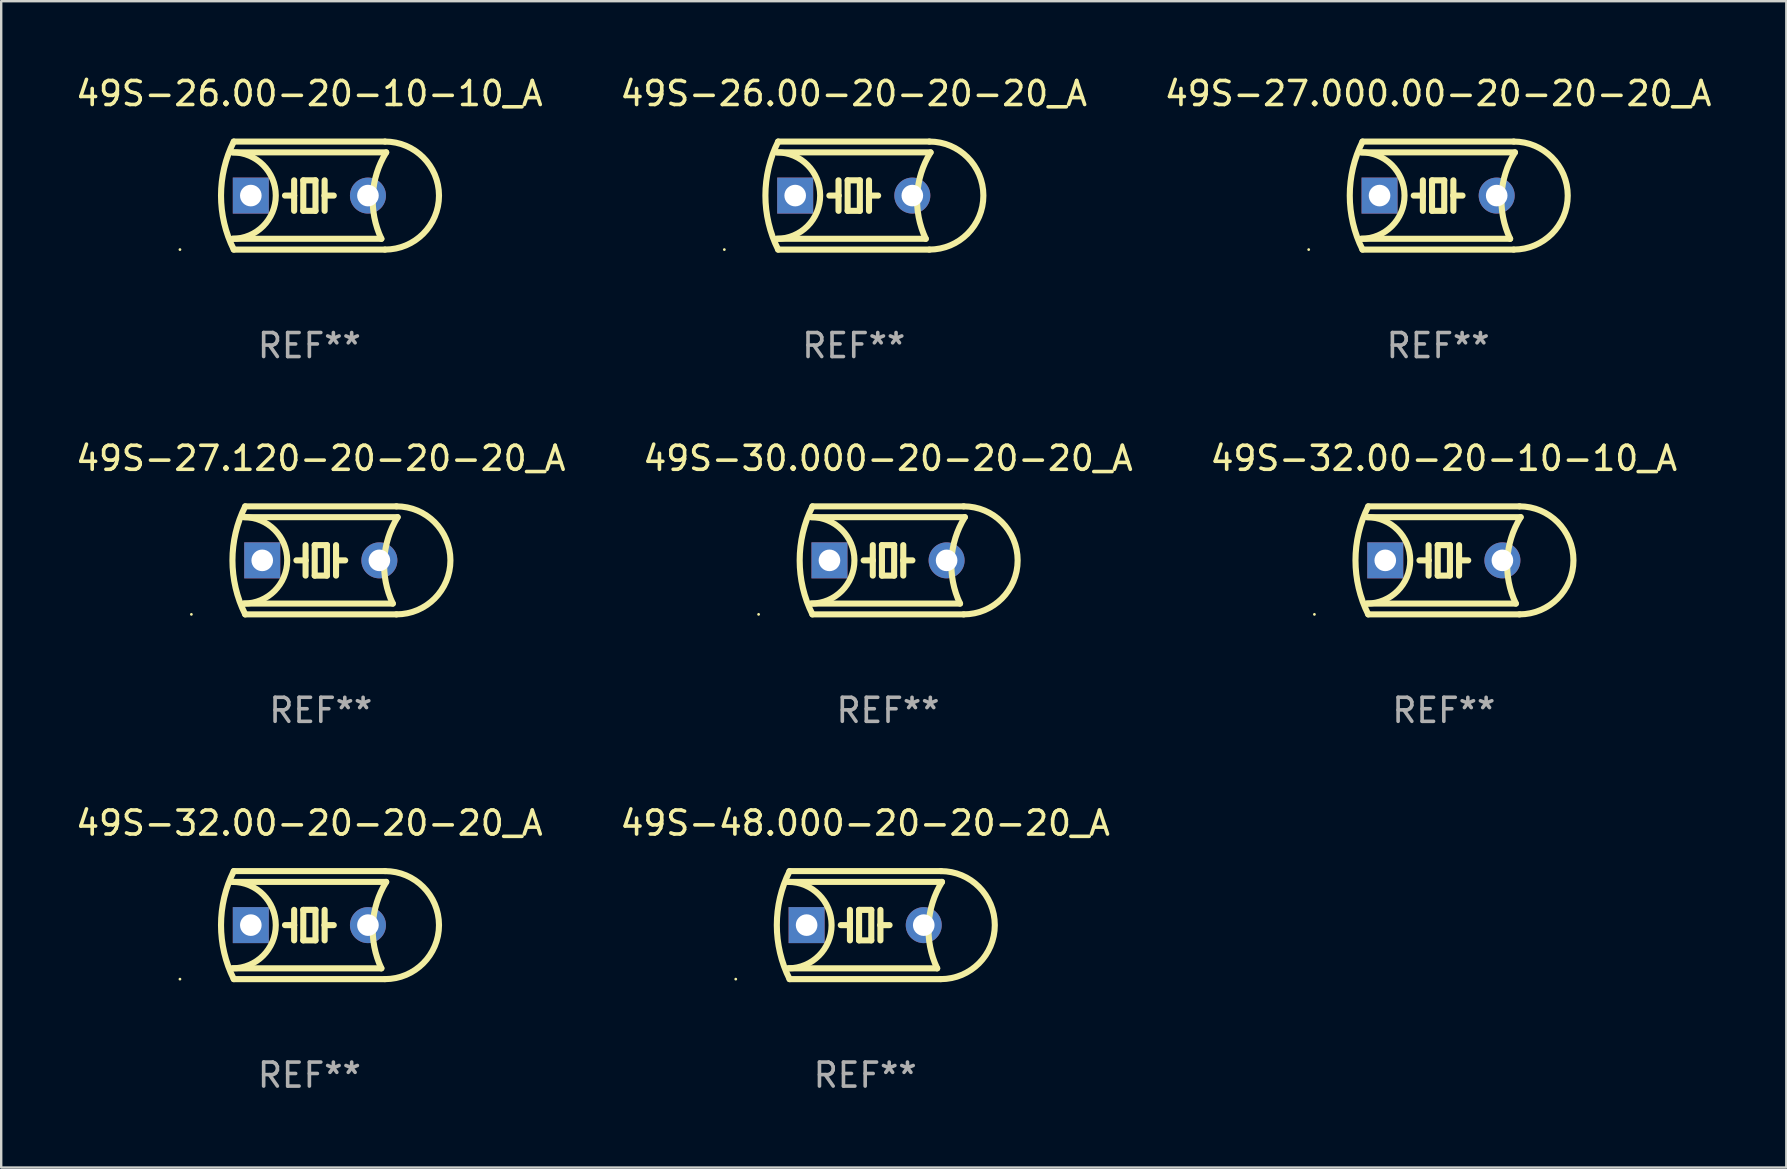
<source format=kicad_pcb>
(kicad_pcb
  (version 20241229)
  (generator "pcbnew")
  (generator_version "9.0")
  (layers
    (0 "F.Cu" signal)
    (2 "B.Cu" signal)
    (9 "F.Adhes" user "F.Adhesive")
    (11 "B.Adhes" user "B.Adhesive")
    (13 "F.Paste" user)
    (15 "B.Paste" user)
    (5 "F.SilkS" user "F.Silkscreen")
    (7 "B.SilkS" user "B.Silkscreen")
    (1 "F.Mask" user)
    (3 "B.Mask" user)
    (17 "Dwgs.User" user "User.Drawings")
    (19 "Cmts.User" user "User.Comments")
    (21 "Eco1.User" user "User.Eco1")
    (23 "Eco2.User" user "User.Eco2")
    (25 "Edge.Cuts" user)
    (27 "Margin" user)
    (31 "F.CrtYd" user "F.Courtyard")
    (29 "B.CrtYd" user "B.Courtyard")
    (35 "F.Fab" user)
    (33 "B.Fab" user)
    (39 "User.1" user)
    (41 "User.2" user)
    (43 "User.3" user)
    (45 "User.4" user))
  (footprint "49S-26.00-20-20-20_A"
    (layer "F.Cu")
    (at 32.518 5.098)
    (property "Reference" "49S-26.00-20-20-20_A" (at 0 -4.25 0) (layer "F.SilkS") (effects (font (size 1 1) (thickness 0.15))))
    (attr through_hole)
    (fp_line (start -3.2 -1.8) (end 3.2 -1.8) (stroke (width 0.254) (type solid)) (layer "F.SilkS"))
    (fp_line (start -3.15 2.25) (end 3.15 2.25) (stroke (width 0.254) (type solid)) (layer "F.SilkS"))
    (fp_line (start -0.635 -0.635) (end -0.635 0) (stroke (width 0.254) (type solid)) (layer "F.SilkS"))
    (fp_line (start -0.635 0) (end -1.016 0) (stroke (width 0.254) (type solid)) (layer "F.SilkS"))
    (fp_line (start -0.635 0) (end -0.635 0.635) (stroke (width 0.254) (type solid)) (layer "F.SilkS"))
    (fp_line (start -0.254 -0.635) (end -0.254 0.635) (stroke (width 0.254) (type solid)) (layer "F.SilkS"))
    (fp_line (start -0.254 0.635) (end 0.254 0.635) (stroke (width 0.254) (type solid)) (layer "F.SilkS"))
    (fp_line (start 0.254 -0.635) (end -0.254 -0.635) (stroke (width 0.254) (type solid)) (layer "F.SilkS"))
    (fp_line (start 0.254 0.635) (end 0.254 -0.635) (stroke (width 0.254) (type solid)) (layer "F.SilkS"))
    (fp_line (start 0.635 -0.635) (end 0.635 0) (stroke (width 0.254) (type solid)) (layer "F.SilkS"))
    (fp_line (start 0.635 0) (end 0.635 0.635) (stroke (width 0.254) (type solid)) (layer "F.SilkS"))
    (fp_line (start 0.635 0) (end 1.016 0) (stroke (width 0.254) (type solid)) (layer "F.SilkS"))
    (fp_line (start 3 1.8) (end -3.2 1.8) (stroke (width 0.254) (type solid)) (layer "F.SilkS"))
    (fp_line (start 3.15 -2.25) (end -3.15 -2.25) (stroke (width 0.254) (type solid)) (layer "F.SilkS"))
    (fp_arc (start -3.200406 -1.800864) (mid -1.399974 -0.000635) (end -3.2 1.8) (stroke (width 0.254001) (type solid)) (layer "F.SilkS"))
    (fp_arc (start -3.149606 2.250444) (mid -3.680941 0.000261) (end -3.149987 -2.250013) (stroke (width 0.254001) (type solid)) (layer "F.SilkS"))
    (fp_arc (start 2.999746 1.800863) (mid 2.642982 -0.024977) (end 3.2 -1.8) (stroke (width 0.254001) (type solid)) (layer "F.SilkS"))
    (fp_arc (start 3.149607 -2.250445) (mid 5.399848 -0.000406) (end 3.149987 2.250013) (stroke (width 0.254001) (type solid)) (layer "F.SilkS"))
    (fp_circle (center -5.392 2.25) (end -5.362 2.25) (stroke (width 0.06) (type solid)) (fill no) (layer "F.SilkS"))
    (fp_text user "REF**" (at 0 6.25 0) (layer "F.Fab") (effects (font (size 1 1) (thickness 0.15))))
    (pad "1" thru_hole rect (at -2.44 0) (size 1.5 1.5) (drill 0.9) (layers "*.Cu" "*.Mask"))
    (pad "2" thru_hole circle (at 2.44 0) (size 1.5 1.5) (drill 0.9) (layers "*.Cu" "*.Mask")))
  (footprint "49S-26.00-20-10-10_A"
    (layer "F.Cu")
    (at 9.839 5.098)
    (property "Reference" "49S-26.00-20-10-10_A" (at 0 -4.25 0) (layer "F.SilkS") (effects (font (size 1 1) (thickness 0.15))))
    (attr through_hole)
    (fp_line (start -3.2 -1.8) (end 3.2 -1.8) (stroke (width 0.254) (type solid)) (layer "F.SilkS"))
    (fp_line (start -3.15 2.25) (end 3.15 2.25) (stroke (width 0.254) (type solid)) (layer "F.SilkS"))
    (fp_line (start -0.635 -0.635) (end -0.635 0) (stroke (width 0.254) (type solid)) (layer "F.SilkS"))
    (fp_line (start -0.635 0) (end -1.016 0) (stroke (width 0.254) (type solid)) (layer "F.SilkS"))
    (fp_line (start -0.635 0) (end -0.635 0.635) (stroke (width 0.254) (type solid)) (layer "F.SilkS"))
    (fp_line (start -0.254 -0.635) (end -0.254 0.635) (stroke (width 0.254) (type solid)) (layer "F.SilkS"))
    (fp_line (start -0.254 0.635) (end 0.254 0.635) (stroke (width 0.254) (type solid)) (layer "F.SilkS"))
    (fp_line (start 0.254 -0.635) (end -0.254 -0.635) (stroke (width 0.254) (type solid)) (layer "F.SilkS"))
    (fp_line (start 0.254 0.635) (end 0.254 -0.635) (stroke (width 0.254) (type solid)) (layer "F.SilkS"))
    (fp_line (start 0.635 -0.635) (end 0.635 0) (stroke (width 0.254) (type solid)) (layer "F.SilkS"))
    (fp_line (start 0.635 0) (end 0.635 0.635) (stroke (width 0.254) (type solid)) (layer "F.SilkS"))
    (fp_line (start 0.635 0) (end 1.016 0) (stroke (width 0.254) (type solid)) (layer "F.SilkS"))
    (fp_line (start 3 1.8) (end -3.2 1.8) (stroke (width 0.254) (type solid)) (layer "F.SilkS"))
    (fp_line (start 3.15 -2.25) (end -3.15 -2.25) (stroke (width 0.254) (type solid)) (layer "F.SilkS"))
    (fp_arc (start -3.200406 -1.800864) (mid -1.399974 -0.000635) (end -3.2 1.8) (stroke (width 0.254001) (type solid)) (layer "F.SilkS"))
    (fp_arc (start -3.149606 2.250444) (mid -3.680941 0.000261) (end -3.149987 -2.250013) (stroke (width 0.254001) (type solid)) (layer "F.SilkS"))
    (fp_arc (start 2.999746 1.800863) (mid 2.642982 -0.024977) (end 3.2 -1.8) (stroke (width 0.254001) (type solid)) (layer "F.SilkS"))
    (fp_arc (start 3.149607 -2.250445) (mid 5.399848 -0.000406) (end 3.149987 2.250013) (stroke (width 0.254001) (type solid)) (layer "F.SilkS"))
    (fp_circle (center -5.392 2.25) (end -5.362 2.25) (stroke (width 0.06) (type solid)) (fill no) (layer "F.SilkS"))
    (fp_text user "REF**" (at 0 6.25 0) (layer "F.Fab") (effects (font (size 1 1) (thickness 0.15))))
    (pad "1" thru_hole rect (at -2.44 0) (size 1.5 1.5) (drill 0.9) (layers "*.Cu" "*.Mask"))
    (pad "2" thru_hole circle (at 2.44 0) (size 1.5 1.5) (drill 0.9) (layers "*.Cu" "*.Mask")))
  (footprint "49S-27.000.00-20-20-20_A"
    (layer "F.Cu")
    (at 56.863 5.098)
    (property "Reference" "49S-27.000.00-20-20-20_A" (at 0 -4.25 0) (layer "F.SilkS") (effects (font (size 1 1) (thickness 0.15))))
    (attr through_hole)
    (fp_line (start -3.2 -1.8) (end 3.2 -1.8) (stroke (width 0.254) (type solid)) (layer "F.SilkS"))
    (fp_line (start -3.15 2.25) (end 3.15 2.25) (stroke (width 0.254) (type solid)) (layer "F.SilkS"))
    (fp_line (start -0.635 -0.635) (end -0.635 0) (stroke (width 0.254) (type solid)) (layer "F.SilkS"))
    (fp_line (start -0.635 0) (end -1.016 0) (stroke (width 0.254) (type solid)) (layer "F.SilkS"))
    (fp_line (start -0.635 0) (end -0.635 0.635) (stroke (width 0.254) (type solid)) (layer "F.SilkS"))
    (fp_line (start -0.254 -0.635) (end -0.254 0.635) (stroke (width 0.254) (type solid)) (layer "F.SilkS"))
    (fp_line (start -0.254 0.635) (end 0.254 0.635) (stroke (width 0.254) (type solid)) (layer "F.SilkS"))
    (fp_line (start 0.254 -0.635) (end -0.254 -0.635) (stroke (width 0.254) (type solid)) (layer "F.SilkS"))
    (fp_line (start 0.254 0.635) (end 0.254 -0.635) (stroke (width 0.254) (type solid)) (layer "F.SilkS"))
    (fp_line (start 0.635 -0.635) (end 0.635 0) (stroke (width 0.254) (type solid)) (layer "F.SilkS"))
    (fp_line (start 0.635 0) (end 0.635 0.635) (stroke (width 0.254) (type solid)) (layer "F.SilkS"))
    (fp_line (start 0.635 0) (end 1.016 0) (stroke (width 0.254) (type solid)) (layer "F.SilkS"))
    (fp_line (start 3 1.8) (end -3.2 1.8) (stroke (width 0.254) (type solid)) (layer "F.SilkS"))
    (fp_line (start 3.15 -2.25) (end -3.15 -2.25) (stroke (width 0.254) (type solid)) (layer "F.SilkS"))
    (fp_arc (start -3.200406 -1.800864) (mid -1.399974 -0.000635) (end -3.2 1.8) (stroke (width 0.254001) (type solid)) (layer "F.SilkS"))
    (fp_arc (start -3.149606 2.250444) (mid -3.680941 0.000261) (end -3.149987 -2.250013) (stroke (width 0.254001) (type solid)) (layer "F.SilkS"))
    (fp_arc (start 2.999746 1.800863) (mid 2.642982 -0.024977) (end 3.2 -1.8) (stroke (width 0.254001) (type solid)) (layer "F.SilkS"))
    (fp_arc (start 3.149607 -2.250445) (mid 5.399848 -0.000406) (end 3.149987 2.250013) (stroke (width 0.254001) (type solid)) (layer "F.SilkS"))
    (fp_circle (center -5.392 2.25) (end -5.362 2.25) (stroke (width 0.06) (type solid)) (fill no) (layer "F.SilkS"))
    (fp_text user "REF**" (at 0 6.25 0) (layer "F.Fab") (effects (font (size 1 1) (thickness 0.15))))
    (pad "1" thru_hole rect (at -2.44 0) (size 1.5 1.5) (drill 0.9) (layers "*.Cu" "*.Mask"))
    (pad "2" thru_hole circle (at 2.44 0) (size 1.5 1.5) (drill 0.9) (layers "*.Cu" "*.Mask")))
  (footprint "49S-32.00-20-20-20_A"
    (layer "F.Cu")
    (at 9.839 35.491)
    (property "Reference" "49S-32.00-20-20-20_A" (at 0 -4.25 0) (layer "F.SilkS") (effects (font (size 1 1) (thickness 0.15))))
    (attr through_hole)
    (fp_line (start -3.2 -1.8) (end 3.2 -1.8) (stroke (width 0.254) (type solid)) (layer "F.SilkS"))
    (fp_line (start -3.15 2.25) (end 3.15 2.25) (stroke (width 0.254) (type solid)) (layer "F.SilkS"))
    (fp_line (start -0.635 -0.635) (end -0.635 0) (stroke (width 0.254) (type solid)) (layer "F.SilkS"))
    (fp_line (start -0.635 0) (end -1.016 0) (stroke (width 0.254) (type solid)) (layer "F.SilkS"))
    (fp_line (start -0.635 0) (end -0.635 0.635) (stroke (width 0.254) (type solid)) (layer "F.SilkS"))
    (fp_line (start -0.254 -0.635) (end -0.254 0.635) (stroke (width 0.254) (type solid)) (layer "F.SilkS"))
    (fp_line (start -0.254 0.635) (end 0.254 0.635) (stroke (width 0.254) (type solid)) (layer "F.SilkS"))
    (fp_line (start 0.254 -0.635) (end -0.254 -0.635) (stroke (width 0.254) (type solid)) (layer "F.SilkS"))
    (fp_line (start 0.254 0.635) (end 0.254 -0.635) (stroke (width 0.254) (type solid)) (layer "F.SilkS"))
    (fp_line (start 0.635 -0.635) (end 0.635 0) (stroke (width 0.254) (type solid)) (layer "F.SilkS"))
    (fp_line (start 0.635 0) (end 0.635 0.635) (stroke (width 0.254) (type solid)) (layer "F.SilkS"))
    (fp_line (start 0.635 0) (end 1.016 0) (stroke (width 0.254) (type solid)) (layer "F.SilkS"))
    (fp_line (start 3 1.8) (end -3.2 1.8) (stroke (width 0.254) (type solid)) (layer "F.SilkS"))
    (fp_line (start 3.15 -2.25) (end -3.15 -2.25) (stroke (width 0.254) (type solid)) (layer "F.SilkS"))
    (fp_arc (start -3.200406 -1.800864) (mid -1.399974 -0.000635) (end -3.2 1.8) (stroke (width 0.254001) (type solid)) (layer "F.SilkS"))
    (fp_arc (start -3.149606 2.250444) (mid -3.680941 0.000261) (end -3.149987 -2.250013) (stroke (width 0.254001) (type solid)) (layer "F.SilkS"))
    (fp_arc (start 2.999746 1.800863) (mid 2.642982 -0.024977) (end 3.2 -1.8) (stroke (width 0.254001) (type solid)) (layer "F.SilkS"))
    (fp_arc (start 3.149607 -2.250445) (mid 5.399848 -0.000406) (end 3.149987 2.250013) (stroke (width 0.254001) (type solid)) (layer "F.SilkS"))
    (fp_circle (center -5.392 2.25) (end -5.362 2.25) (stroke (width 0.06) (type solid)) (fill no) (layer "F.SilkS"))
    (fp_text user "REF**" (at 0 6.25 0) (layer "F.Fab") (effects (font (size 1 1) (thickness 0.15))))
    (pad "1" thru_hole rect (at -2.44 0) (size 1.5 1.5) (drill 0.9) (layers "*.Cu" "*.Mask"))
    (pad "2" thru_hole circle (at 2.44 0) (size 1.5 1.5) (drill 0.9) (layers "*.Cu" "*.Mask")))
  (footprint "49S-27.120-20-20-20_A"
    (layer "F.Cu")
    (at 10.315 20.295)
    (property "Reference" "49S-27.120-20-20-20_A" (at 0 -4.25 0) (layer "F.SilkS") (effects (font (size 1 1) (thickness 0.15))))
    (attr through_hole)
    (fp_line (start -3.2 -1.8) (end 3.2 -1.8) (stroke (width 0.254) (type solid)) (layer "F.SilkS"))
    (fp_line (start -3.15 2.25) (end 3.15 2.25) (stroke (width 0.254) (type solid)) (layer "F.SilkS"))
    (fp_line (start -0.635 -0.635) (end -0.635 0) (stroke (width 0.254) (type solid)) (layer "F.SilkS"))
    (fp_line (start -0.635 0) (end -1.016 0) (stroke (width 0.254) (type solid)) (layer "F.SilkS"))
    (fp_line (start -0.635 0) (end -0.635 0.635) (stroke (width 0.254) (type solid)) (layer "F.SilkS"))
    (fp_line (start -0.254 -0.635) (end -0.254 0.635) (stroke (width 0.254) (type solid)) (layer "F.SilkS"))
    (fp_line (start -0.254 0.635) (end 0.254 0.635) (stroke (width 0.254) (type solid)) (layer "F.SilkS"))
    (fp_line (start 0.254 -0.635) (end -0.254 -0.635) (stroke (width 0.254) (type solid)) (layer "F.SilkS"))
    (fp_line (start 0.254 0.635) (end 0.254 -0.635) (stroke (width 0.254) (type solid)) (layer "F.SilkS"))
    (fp_line (start 0.635 -0.635) (end 0.635 0) (stroke (width 0.254) (type solid)) (layer "F.SilkS"))
    (fp_line (start 0.635 0) (end 0.635 0.635) (stroke (width 0.254) (type solid)) (layer "F.SilkS"))
    (fp_line (start 0.635 0) (end 1.016 0) (stroke (width 0.254) (type solid)) (layer "F.SilkS"))
    (fp_line (start 3 1.8) (end -3.2 1.8) (stroke (width 0.254) (type solid)) (layer "F.SilkS"))
    (fp_line (start 3.15 -2.25) (end -3.15 -2.25) (stroke (width 0.254) (type solid)) (layer "F.SilkS"))
    (fp_arc (start -3.200406 -1.800864) (mid -1.399974 -0.000635) (end -3.2 1.8) (stroke (width 0.254001) (type solid)) (layer "F.SilkS"))
    (fp_arc (start -3.149606 2.250444) (mid -3.680941 0.000261) (end -3.149987 -2.250013) (stroke (width 0.254001) (type solid)) (layer "F.SilkS"))
    (fp_arc (start 2.999746 1.800863) (mid 2.642982 -0.024977) (end 3.2 -1.8) (stroke (width 0.254001) (type solid)) (layer "F.SilkS"))
    (fp_arc (start 3.149607 -2.250445) (mid 5.399848 -0.000406) (end 3.149987 2.250013) (stroke (width 0.254001) (type solid)) (layer "F.SilkS"))
    (fp_circle (center -5.392 2.25) (end -5.362 2.25) (stroke (width 0.06) (type solid)) (fill no) (layer "F.SilkS"))
    (fp_text user "REF**" (at 0 6.25 0) (layer "F.Fab") (effects (font (size 1 1) (thickness 0.15))))
    (pad "1" thru_hole rect (at -2.44 0) (size 1.5 1.5) (drill 0.9) (layers "*.Cu" "*.Mask"))
    (pad "2" thru_hole circle (at 2.44 0) (size 1.5 1.5) (drill 0.9) (layers "*.Cu" "*.Mask")))
  (footprint "49S-32.00-20-10-10_A"
    (layer "F.Cu")
    (at 57.101 20.295)
    (property "Reference" "49S-32.00-20-10-10_A" (at 0 -4.25 0) (layer "F.SilkS") (effects (font (size 1 1) (thickness 0.15))))
    (attr through_hole)
    (fp_line (start -3.2 -1.8) (end 3.2 -1.8) (stroke (width 0.254) (type solid)) (layer "F.SilkS"))
    (fp_line (start -3.15 2.25) (end 3.15 2.25) (stroke (width 0.254) (type solid)) (layer "F.SilkS"))
    (fp_line (start -0.635 -0.635) (end -0.635 0) (stroke (width 0.254) (type solid)) (layer "F.SilkS"))
    (fp_line (start -0.635 0) (end -1.016 0) (stroke (width 0.254) (type solid)) (layer "F.SilkS"))
    (fp_line (start -0.635 0) (end -0.635 0.635) (stroke (width 0.254) (type solid)) (layer "F.SilkS"))
    (fp_line (start -0.254 -0.635) (end -0.254 0.635) (stroke (width 0.254) (type solid)) (layer "F.SilkS"))
    (fp_line (start -0.254 0.635) (end 0.254 0.635) (stroke (width 0.254) (type solid)) (layer "F.SilkS"))
    (fp_line (start 0.254 -0.635) (end -0.254 -0.635) (stroke (width 0.254) (type solid)) (layer "F.SilkS"))
    (fp_line (start 0.254 0.635) (end 0.254 -0.635) (stroke (width 0.254) (type solid)) (layer "F.SilkS"))
    (fp_line (start 0.635 -0.635) (end 0.635 0) (stroke (width 0.254) (type solid)) (layer "F.SilkS"))
    (fp_line (start 0.635 0) (end 0.635 0.635) (stroke (width 0.254) (type solid)) (layer "F.SilkS"))
    (fp_line (start 0.635 0) (end 1.016 0) (stroke (width 0.254) (type solid)) (layer "F.SilkS"))
    (fp_line (start 3 1.8) (end -3.2 1.8) (stroke (width 0.254) (type solid)) (layer "F.SilkS"))
    (fp_line (start 3.15 -2.25) (end -3.15 -2.25) (stroke (width 0.254) (type solid)) (layer "F.SilkS"))
    (fp_arc (start -3.200406 -1.800864) (mid -1.399974 -0.000635) (end -3.2 1.8) (stroke (width 0.254001) (type solid)) (layer "F.SilkS"))
    (fp_arc (start -3.149606 2.250444) (mid -3.680941 0.000261) (end -3.149987 -2.250013) (stroke (width 0.254001) (type solid)) (layer "F.SilkS"))
    (fp_arc (start 2.999746 1.800863) (mid 2.642982 -0.024977) (end 3.2 -1.8) (stroke (width 0.254001) (type solid)) (layer "F.SilkS"))
    (fp_arc (start 3.149607 -2.250445) (mid 5.399848 -0.000406) (end 3.149987 2.250013) (stroke (width 0.254001) (type solid)) (layer "F.SilkS"))
    (fp_circle (center -5.392 2.25) (end -5.362 2.25) (stroke (width 0.06) (type solid)) (fill no) (layer "F.SilkS"))
    (fp_text user "REF**" (at 0 6.25 0) (layer "F.Fab") (effects (font (size 1 1) (thickness 0.15))))
    (pad "1" thru_hole rect (at -2.44 0) (size 1.5 1.5) (drill 0.9) (layers "*.Cu" "*.Mask"))
    (pad "2" thru_hole circle (at 2.44 0) (size 1.5 1.5) (drill 0.9) (layers "*.Cu" "*.Mask")))
  (footprint "49S-48.000-20-20-20_A"
    (layer "F.Cu")
    (at 32.994 35.491)
    (property "Reference" "49S-48.000-20-20-20_A" (at 0 -4.25 0) (layer "F.SilkS") (effects (font (size 1 1) (thickness 0.15))))
    (attr through_hole)
    (fp_line (start -3.2 -1.8) (end 3.2 -1.8) (stroke (width 0.254) (type solid)) (layer "F.SilkS"))
    (fp_line (start -3.15 2.25) (end 3.15 2.25) (stroke (width 0.254) (type solid)) (layer "F.SilkS"))
    (fp_line (start -0.635 -0.635) (end -0.635 0) (stroke (width 0.254) (type solid)) (layer "F.SilkS"))
    (fp_line (start -0.635 0) (end -1.016 0) (stroke (width 0.254) (type solid)) (layer "F.SilkS"))
    (fp_line (start -0.635 0) (end -0.635 0.635) (stroke (width 0.254) (type solid)) (layer "F.SilkS"))
    (fp_line (start -0.254 -0.635) (end -0.254 0.635) (stroke (width 0.254) (type solid)) (layer "F.SilkS"))
    (fp_line (start -0.254 0.635) (end 0.254 0.635) (stroke (width 0.254) (type solid)) (layer "F.SilkS"))
    (fp_line (start 0.254 -0.635) (end -0.254 -0.635) (stroke (width 0.254) (type solid)) (layer "F.SilkS"))
    (fp_line (start 0.254 0.635) (end 0.254 -0.635) (stroke (width 0.254) (type solid)) (layer "F.SilkS"))
    (fp_line (start 0.635 -0.635) (end 0.635 0) (stroke (width 0.254) (type solid)) (layer "F.SilkS"))
    (fp_line (start 0.635 0) (end 0.635 0.635) (stroke (width 0.254) (type solid)) (layer "F.SilkS"))
    (fp_line (start 0.635 0) (end 1.016 0) (stroke (width 0.254) (type solid)) (layer "F.SilkS"))
    (fp_line (start 3 1.8) (end -3.2 1.8) (stroke (width 0.254) (type solid)) (layer "F.SilkS"))
    (fp_line (start 3.15 -2.25) (end -3.15 -2.25) (stroke (width 0.254) (type solid)) (layer "F.SilkS"))
    (fp_arc (start -3.200406 -1.800864) (mid -1.399974 -0.000635) (end -3.2 1.8) (stroke (width 0.254001) (type solid)) (layer "F.SilkS"))
    (fp_arc (start -3.149606 2.250444) (mid -3.680941 0.000261) (end -3.149987 -2.250013) (stroke (width 0.254001) (type solid)) (layer "F.SilkS"))
    (fp_arc (start 2.999746 1.800863) (mid 2.642982 -0.024977) (end 3.2 -1.8) (stroke (width 0.254001) (type solid)) (layer "F.SilkS"))
    (fp_arc (start 3.149607 -2.250445) (mid 5.399848 -0.000406) (end 3.149987 2.250013) (stroke (width 0.254001) (type solid)) (layer "F.SilkS"))
    (fp_circle (center -5.392 2.25) (end -5.362 2.25) (stroke (width 0.06) (type solid)) (fill no) (layer "F.SilkS"))
    (fp_text user "REF**" (at 0 6.25 0) (layer "F.Fab") (effects (font (size 1 1) (thickness 0.15))))
    (pad "1" thru_hole rect (at -2.44 0) (size 1.5 1.5) (drill 0.9) (layers "*.Cu" "*.Mask"))
    (pad "2" thru_hole circle (at 2.44 0) (size 1.5 1.5) (drill 0.9) (layers "*.Cu" "*.Mask")))
  (footprint "49S-30.000-20-20-20_A"
    (layer "F.Cu")
    (at 33.946 20.295)
    (property "Reference" "49S-30.000-20-20-20_A" (at 0 -4.25 0) (layer "F.SilkS") (effects (font (size 1 1) (thickness 0.15))))
    (attr through_hole)
    (fp_line (start -3.2 -1.8) (end 3.2 -1.8) (stroke (width 0.254) (type solid)) (layer "F.SilkS"))
    (fp_line (start -3.15 2.25) (end 3.15 2.25) (stroke (width 0.254) (type solid)) (layer "F.SilkS"))
    (fp_line (start -0.635 -0.635) (end -0.635 0) (stroke (width 0.254) (type solid)) (layer "F.SilkS"))
    (fp_line (start -0.635 0) (end -1.016 0) (stroke (width 0.254) (type solid)) (layer "F.SilkS"))
    (fp_line (start -0.635 0) (end -0.635 0.635) (stroke (width 0.254) (type solid)) (layer "F.SilkS"))
    (fp_line (start -0.254 -0.635) (end -0.254 0.635) (stroke (width 0.254) (type solid)) (layer "F.SilkS"))
    (fp_line (start -0.254 0.635) (end 0.254 0.635) (stroke (width 0.254) (type solid)) (layer "F.SilkS"))
    (fp_line (start 0.254 -0.635) (end -0.254 -0.635) (stroke (width 0.254) (type solid)) (layer "F.SilkS"))
    (fp_line (start 0.254 0.635) (end 0.254 -0.635) (stroke (width 0.254) (type solid)) (layer "F.SilkS"))
    (fp_line (start 0.635 -0.635) (end 0.635 0) (stroke (width 0.254) (type solid)) (layer "F.SilkS"))
    (fp_line (start 0.635 0) (end 0.635 0.635) (stroke (width 0.254) (type solid)) (layer "F.SilkS"))
    (fp_line (start 0.635 0) (end 1.016 0) (stroke (width 0.254) (type solid)) (layer "F.SilkS"))
    (fp_line (start 3 1.8) (end -3.2 1.8) (stroke (width 0.254) (type solid)) (layer "F.SilkS"))
    (fp_line (start 3.15 -2.25) (end -3.15 -2.25) (stroke (width 0.254) (type solid)) (layer "F.SilkS"))
    (fp_arc (start -3.200406 -1.800864) (mid -1.399974 -0.000635) (end -3.2 1.8) (stroke (width 0.254001) (type solid)) (layer "F.SilkS"))
    (fp_arc (start -3.149606 2.250444) (mid -3.680941 0.000261) (end -3.149987 -2.250013) (stroke (width 0.254001) (type solid)) (layer "F.SilkS"))
    (fp_arc (start 2.999746 1.800863) (mid 2.642982 -0.024977) (end 3.2 -1.8) (stroke (width 0.254001) (type solid)) (layer "F.SilkS"))
    (fp_arc (start 3.149607 -2.250445) (mid 5.399848 -0.000406) (end 3.149987 2.250013) (stroke (width 0.254001) (type solid)) (layer "F.SilkS"))
    (fp_circle (center -5.392 2.25) (end -5.362 2.25) (stroke (width 0.06) (type solid)) (fill no) (layer "F.SilkS"))
    (fp_text user "REF**" (at 0 6.25 0) (layer "F.Fab") (effects (font (size 1 1) (thickness 0.15))))
    (pad "1" thru_hole rect (at -2.44 0) (size 1.5 1.5) (drill 0.9) (layers "*.Cu" "*.Mask"))
    (pad "2" thru_hole circle (at 2.44 0) (size 1.5 1.5) (drill 0.9) (layers "*.Cu" "*.Mask")))
  (gr_rect
    (start -3 -3)
    (end 71.369 45.59)
    (stroke (width 0.1) (type default))
    (fill no)
    (layer "Edge.Cuts")))
</source>
